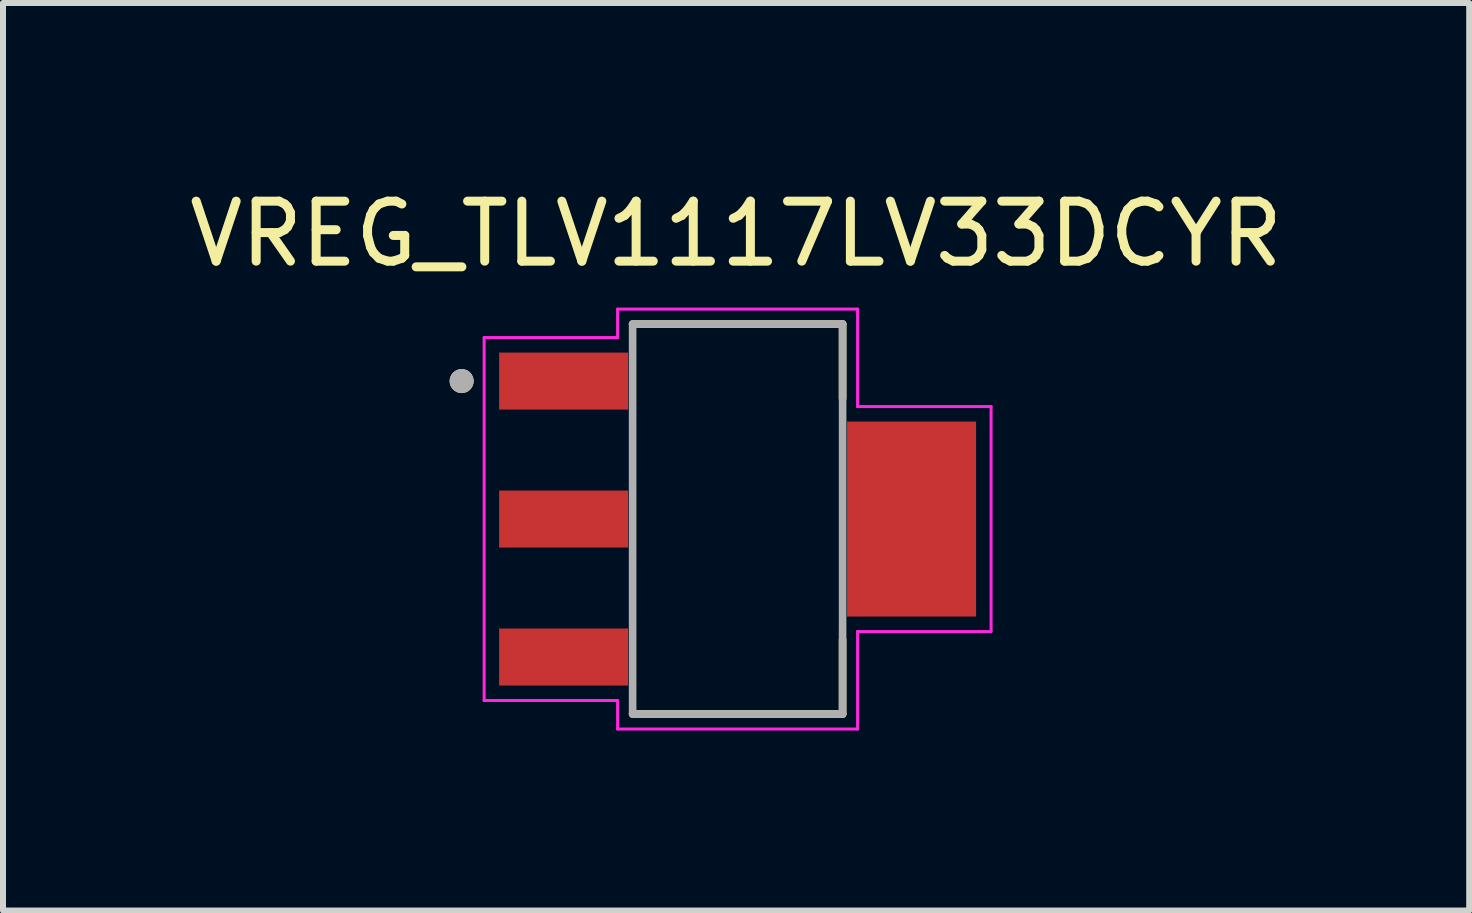
<source format=kicad_pcb>
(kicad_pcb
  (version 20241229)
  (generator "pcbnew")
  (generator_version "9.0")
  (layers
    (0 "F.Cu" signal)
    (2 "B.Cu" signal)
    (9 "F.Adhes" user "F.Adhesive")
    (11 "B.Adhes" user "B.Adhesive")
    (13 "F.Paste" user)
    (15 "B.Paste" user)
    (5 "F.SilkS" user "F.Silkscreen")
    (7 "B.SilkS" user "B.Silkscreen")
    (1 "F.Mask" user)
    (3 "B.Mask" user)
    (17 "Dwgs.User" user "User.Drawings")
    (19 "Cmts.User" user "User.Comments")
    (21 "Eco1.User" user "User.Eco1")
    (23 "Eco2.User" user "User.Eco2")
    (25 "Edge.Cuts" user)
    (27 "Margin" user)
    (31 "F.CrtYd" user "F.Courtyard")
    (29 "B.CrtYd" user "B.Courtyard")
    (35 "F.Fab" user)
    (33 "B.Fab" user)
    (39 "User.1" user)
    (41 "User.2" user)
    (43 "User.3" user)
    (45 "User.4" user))
  (footprint "VREG_TLV1117LV33DCYR"
    (layer "F.Cu")
    (at 9.245 5.602)
    (property "Reference" "VREG_TLV1117LV33DCYR" (at -0.025 -4.754 0) (layer "F.SilkS") (effects (font (size 1 1) (thickness 0.15))))
    (attr smd)
    (fp_line (start -1.75 -3.25) (end 1.75 -3.25) (stroke (width 0.127) (type solid)) (layer "F.SilkS"))
    (fp_line (start -1.75 3.25) (end 1.75 3.25) (stroke (width 0.127) (type solid)) (layer "F.SilkS"))
    (fp_line (start 1.75 -3.25) (end 1.75 -2.01) (stroke (width 0.127) (type solid)) (layer "F.SilkS"))
    (fp_line (start 1.75 3.25) (end 1.75 2.01) (stroke (width 0.127) (type solid)) (layer "F.SilkS"))
    (fp_circle (center -4.6 -2.3) (end -4.5 -2.3) (stroke (width 0.2) (type solid)) (fill no) (layer "F.SilkS"))
    (fp_line (start -4.225 -3.025) (end -4.225 3.025) (stroke (width 0.05) (type solid)) (layer "F.CrtYd"))
    (fp_line (start -4.225 3.025) (end -2 3.025) (stroke (width 0.05) (type solid)) (layer "F.CrtYd"))
    (fp_line (start -2 -3.5) (end -2 -3.025) (stroke (width 0.05) (type solid)) (layer "F.CrtYd"))
    (fp_line (start -2 -3.025) (end -4.225 -3.025) (stroke (width 0.05) (type solid)) (layer "F.CrtYd"))
    (fp_line (start -2 3.025) (end -2 3.5) (stroke (width 0.05) (type solid)) (layer "F.CrtYd"))
    (fp_line (start -2 3.5) (end 2 3.5) (stroke (width 0.05) (type solid)) (layer "F.CrtYd"))
    (fp_line (start 2 -3.5) (end -2 -3.5) (stroke (width 0.05) (type solid)) (layer "F.CrtYd"))
    (fp_line (start 2 -1.875) (end 2 -3.5) (stroke (width 0.05) (type solid)) (layer "F.CrtYd"))
    (fp_line (start 2 1.875) (end 4.225 1.875) (stroke (width 0.05) (type solid)) (layer "F.CrtYd"))
    (fp_line (start 2 3.5) (end 2 1.875) (stroke (width 0.05) (type solid)) (layer "F.CrtYd"))
    (fp_line (start 4.225 -1.875) (end 2 -1.875) (stroke (width 0.05) (type solid)) (layer "F.CrtYd"))
    (fp_line (start 4.225 1.875) (end 4.225 -1.875) (stroke (width 0.05) (type solid)) (layer "F.CrtYd"))
    (fp_line (start -1.75 -3.25) (end -1.75 3.25) (stroke (width 0.127) (type solid)) (layer "F.Fab"))
    (fp_line (start 1.75 -3.25) (end -1.75 -3.25) (stroke (width 0.127) (type solid)) (layer "F.Fab"))
    (fp_line (start 1.75 -3.25) (end 1.75 3.25) (stroke (width 0.127) (type solid)) (layer "F.Fab"))
    (fp_line (start 1.75 3.25) (end -1.75 3.25) (stroke (width 0.127) (type solid)) (layer "F.Fab"))
    (fp_circle (center -4.6 -2.3) (end -4.5 -2.3) (stroke (width 0.2) (type solid)) (fill no) (layer "F.Fab"))
    (pad "1" smd rect (at -2.9 -2.3) (size 2.15 0.95) (layers "F.Cu" "F.Mask" "F.Paste"))
    (pad "2" smd rect (at -2.9 0) (size 2.15 0.95) (layers "F.Cu" "F.Mask" "F.Paste"))
    (pad "3" smd rect (at -2.9 2.3) (size 2.15 0.95) (layers "F.Cu" "F.Mask" "F.Paste"))
    (pad "4" smd rect (at 2.9 0) (size 2.15 3.25) (layers "F.Cu" "F.Mask" "F.Paste")))
  (gr_rect
    (start -3 -3)
    (end 21.44 12.127)
    (stroke (width 0.1) (type default))
    (fill no)
    (layer "Edge.Cuts")))
</source>
